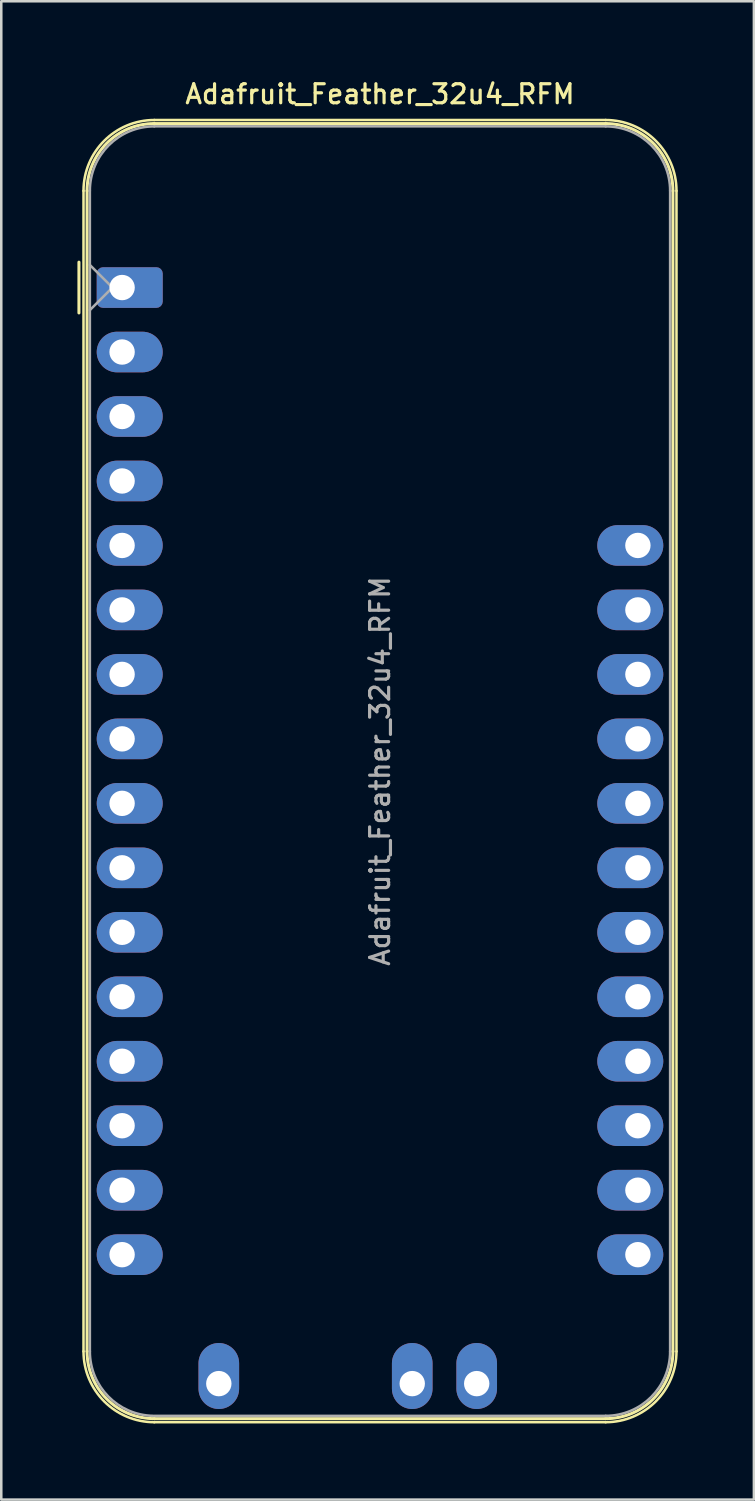
<source format=kicad_pcb>
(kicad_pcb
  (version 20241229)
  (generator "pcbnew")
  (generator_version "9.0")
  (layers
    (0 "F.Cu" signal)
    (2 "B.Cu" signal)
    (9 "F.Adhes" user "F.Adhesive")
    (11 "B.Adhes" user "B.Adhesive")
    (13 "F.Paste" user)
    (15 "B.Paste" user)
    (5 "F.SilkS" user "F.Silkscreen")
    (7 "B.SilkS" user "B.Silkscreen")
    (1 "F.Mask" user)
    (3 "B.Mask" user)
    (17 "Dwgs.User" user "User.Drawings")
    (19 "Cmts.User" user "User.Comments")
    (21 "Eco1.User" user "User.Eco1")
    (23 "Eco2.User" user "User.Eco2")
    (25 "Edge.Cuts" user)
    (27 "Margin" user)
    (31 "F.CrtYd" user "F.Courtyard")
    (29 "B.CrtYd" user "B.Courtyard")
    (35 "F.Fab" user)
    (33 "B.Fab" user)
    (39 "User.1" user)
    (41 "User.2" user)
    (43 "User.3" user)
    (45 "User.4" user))
  (footprint "Adafruit_Feather_32u4_RFM"
    (layer "F.Cu")
    (at 1.76 8.278)
    (property "Reference" "Adafruit_Feather_32u4_RFM" (at 10.16 -7.62 0) (layer "F.SilkS") (effects (font (size 0.75 0.75) (thickness 0.125))))
    (attr through_hole)
    (fp_line (start -1.7 1) (end -1.7 -1) (stroke (width 0.12) (type solid)) (layer "F.SilkS"))
    (fp_line (start -1.52 41.91) (end -1.52 -3.81) (stroke (width 0.1) (type solid)) (layer "F.SilkS"))
    (fp_line (start -1.38 -3.81) (end -1.38 41.91) (stroke (width 0.12) (type solid)) (layer "F.SilkS"))
    (fp_line (start 19.05 -6.6) (end 1.27 -6.6) (stroke (width 0.1) (type solid)) (layer "F.SilkS"))
    (fp_line (start 19.05 -6.46) (end 1.27 -6.46) (stroke (width 0.12) (type solid)) (layer "F.SilkS"))
    (fp_line (start 19.05 44.56) (end 1.27 44.56) (stroke (width 0.12) (type solid)) (layer "F.SilkS"))
    (fp_line (start 19.05 44.7) (end 1.27 44.7) (stroke (width 0.1) (type solid)) (layer "F.SilkS"))
    (fp_line (start 21.7 -3.81) (end 21.7 41.91) (stroke (width 0.12) (type solid)) (layer "F.SilkS"))
    (fp_line (start 21.84 41.91) (end 21.84 -3.81) (stroke (width 0.1) (type solid)) (layer "F.SilkS"))
    (fp_arc (start -1.52 -3.81) (mid -0.702828 -5.782828) (end 1.27 -6.6) (stroke (width 0.1) (type solid)) (layer "F.SilkS"))
    (fp_arc (start -1.38 -3.81) (mid -0.603833 -5.683833) (end 1.27 -6.46) (stroke (width 0.12) (type solid)) (layer "F.SilkS"))
    (fp_arc (start 1.27 44.56) (mid -0.603833 43.783833) (end -1.38 41.91) (stroke (width 0.12) (type solid)) (layer "F.SilkS"))
    (fp_arc (start 1.27 44.7) (mid -0.702828 43.882828) (end -1.52 41.91) (stroke (width 0.1) (type solid)) (layer "F.SilkS"))
    (fp_arc (start 19.05 -6.6) (mid 21.022828 -5.782828) (end 21.84 -3.81) (stroke (width 0.1) (type solid)) (layer "F.SilkS"))
    (fp_arc (start 19.05 -6.46) (mid 20.923833 -5.683833) (end 21.7 -3.81) (stroke (width 0.12) (type solid)) (layer "F.SilkS"))
    (fp_arc (start 21.7 41.91) (mid 20.923833 43.783833) (end 19.05 44.56) (stroke (width 0.12) (type solid)) (layer "F.SilkS"))
    (fp_arc (start 21.84 41.91) (mid 21.022828 43.882828) (end 19.05 44.7) (stroke (width 0.1) (type solid)) (layer "F.SilkS"))
    (fp_line (start -1.27 -3.81) (end -1.27 41.91) (stroke (width 0.1) (type solid)) (layer "F.Fab"))
    (fp_line (start -1.27 -0.889) (end -0.381 0) (stroke (width 0.1) (type solid)) (layer "F.Fab"))
    (fp_line (start -0.381 0) (end -1.27 0.889) (stroke (width 0.1) (type solid)) (layer "F.Fab"))
    (fp_line (start 1.27 44.45) (end 19.05 44.45) (stroke (width 0.1) (type solid)) (layer "F.Fab"))
    (fp_line (start 19.05 -6.35) (end 1.27 -6.35) (stroke (width 0.1) (type solid)) (layer "F.Fab"))
    (fp_line (start 21.59 41.91) (end 21.59 -3.81) (stroke (width 0.1) (type solid)) (layer "F.Fab"))
    (fp_arc (start -1.27 -3.81) (mid -0.526051 -5.606051) (end 1.27 -6.35) (stroke (width 0.1) (type solid)) (layer "F.Fab"))
    (fp_arc (start 1.221238 44.449532) (mid -0.543209 43.688728) (end -1.27 41.91) (stroke (width 0.1) (type solid)) (layer "F.Fab"))
    (fp_arc (start 19.05 -6.35) (mid 20.846051 -5.606051) (end 21.59 -3.81) (stroke (width 0.1) (type solid)) (layer "F.Fab"))
    (fp_arc (start 21.59 41.91) (mid 20.846051 43.706051) (end 19.05 44.45) (stroke (width 0.1) (type solid)) (layer "F.Fab"))
    (fp_text user "${REFERENCE}" (at 10.16 19.05 270) (layer "F.Fab") (effects (font (size 0.75 0.75) (thickness 0.125))))
    (pad "1" thru_hole roundrect (at 0 0) (size 2.6 1.6) (drill 1 (offset 0.3 0)) (layers "*.Cu" "*.Mask") (roundrect_rratio 0.156))
    (pad "2" thru_hole oval (at 0 2.54) (size 2.6 1.6) (drill 1 (offset 0.3 0)) (layers "*.Cu" "*.Mask"))
    (pad "3" thru_hole oval (at 0 5.08) (size 2.6 1.6) (drill 1 (offset 0.3 0)) (layers "*.Cu" "*.Mask"))
    (pad "4" thru_hole oval (at 0 7.62) (size 2.6 1.6) (drill 1 (offset 0.3 0)) (layers "*.Cu" "*.Mask"))
    (pad "5" thru_hole oval (at 0 10.16) (size 2.6 1.6) (drill 1 (offset 0.3 0)) (layers "*.Cu" "*.Mask"))
    (pad "6" thru_hole oval (at 0 12.7) (size 2.6 1.6) (drill 1 (offset 0.3 0)) (layers "*.Cu" "*.Mask"))
    (pad "7" thru_hole oval (at 0 15.24) (size 2.6 1.6) (drill 1 (offset 0.3 0)) (layers "*.Cu" "*.Mask"))
    (pad "8" thru_hole oval (at 0 17.78) (size 2.6 1.6) (drill 1 (offset 0.3 0)) (layers "*.Cu" "*.Mask"))
    (pad "9" thru_hole oval (at 0 20.32) (size 2.6 1.6) (drill 1 (offset 0.3 0)) (layers "*.Cu" "*.Mask"))
    (pad "10" thru_hole oval (at 0 22.86) (size 2.6 1.6) (drill 1 (offset 0.3 0)) (layers "*.Cu" "*.Mask"))
    (pad "11" thru_hole oval (at 0 25.4) (size 2.6 1.6) (drill 1 (offset 0.3 0)) (layers "*.Cu" "*.Mask"))
    (pad "12" thru_hole oval (at 0 27.94) (size 2.6 1.6) (drill 1 (offset 0.3 0)) (layers "*.Cu" "*.Mask"))
    (pad "13" thru_hole oval (at 0 30.48) (size 2.6 1.6) (drill 1 (offset 0.3 0)) (layers "*.Cu" "*.Mask"))
    (pad "14" thru_hole oval (at 0 33.02) (size 2.6 1.6) (drill 1 (offset 0.3 0)) (layers "*.Cu" "*.Mask"))
    (pad "15" thru_hole oval (at 0 35.56) (size 2.6 1.6) (drill 1 (offset 0.3 0)) (layers "*.Cu" "*.Mask"))
    (pad "16" thru_hole oval (at 0 38.1) (size 2.6 1.6) (drill 1 (offset 0.3 0)) (layers "*.Cu" "*.Mask"))
    (pad "17" thru_hole oval (at 20.32 38.1 180) (size 2.6 1.6) (drill 1 (offset 0.3 0)) (layers "*.Cu" "*.Mask"))
    (pad "18" thru_hole oval (at 20.32 35.56 180) (size 2.6 1.6) (drill 1 (offset 0.3 0)) (layers "*.Cu" "*.Mask"))
    (pad "19" thru_hole oval (at 20.32 33.02 180) (size 2.6 1.6) (drill 1 (offset 0.3 0)) (layers "*.Cu" "*.Mask"))
    (pad "20" thru_hole oval (at 20.32 30.48 180) (size 2.6 1.6) (drill 1 (offset 0.3 0)) (layers "*.Cu" "*.Mask"))
    (pad "21" thru_hole oval (at 20.32 27.94 180) (size 2.6 1.6) (drill 1 (offset 0.3 0)) (layers "*.Cu" "*.Mask"))
    (pad "22" thru_hole oval (at 20.32 25.4 180) (size 2.6 1.6) (drill 1 (offset 0.3 0)) (layers "*.Cu" "*.Mask"))
    (pad "23" thru_hole oval (at 20.32 22.86 180) (size 2.6 1.6) (drill 1 (offset 0.3 0)) (layers "*.Cu" "*.Mask"))
    (pad "24" thru_hole oval (at 20.32 20.32 180) (size 2.6 1.6) (drill 1 (offset 0.3 0)) (layers "*.Cu" "*.Mask"))
    (pad "25" thru_hole oval (at 20.32 17.78 180) (size 2.6 1.6) (drill 1 (offset 0.3 0)) (layers "*.Cu" "*.Mask"))
    (pad "26" thru_hole oval (at 20.32 15.24 180) (size 2.6 1.6) (drill 1 (offset 0.3 0)) (layers "*.Cu" "*.Mask"))
    (pad "27" thru_hole oval (at 20.32 12.7 180) (size 2.6 1.6) (drill 1 (offset 0.3 0)) (layers "*.Cu" "*.Mask"))
    (pad "28" thru_hole oval (at 20.32 10.16 180) (size 2.6 1.6) (drill 1 (offset 0.3 0)) (layers "*.Cu" "*.Mask"))
    (pad "29" thru_hole oval (at 3.81 43.18 90) (size 2.6 1.6) (drill 1 (offset 0.3 0)) (layers "*.Cu" "*.Mask"))
    (pad "30" thru_hole oval (at 11.43 43.18 90) (size 2.6 1.6) (drill 1 (offset 0.3 0)) (layers "*.Cu" "*.Mask"))
    (pad "31" thru_hole oval (at 13.97 43.18 90) (size 2.6 1.6) (drill 1 (offset 0.3 0)) (layers "*.Cu" "*.Mask")))
  (gr_rect
    (start -3 -3)
    (end 26.65 56.028)
    (stroke (width 0.1) (type default))
    (fill no)
    (layer "Edge.Cuts")))
</source>
